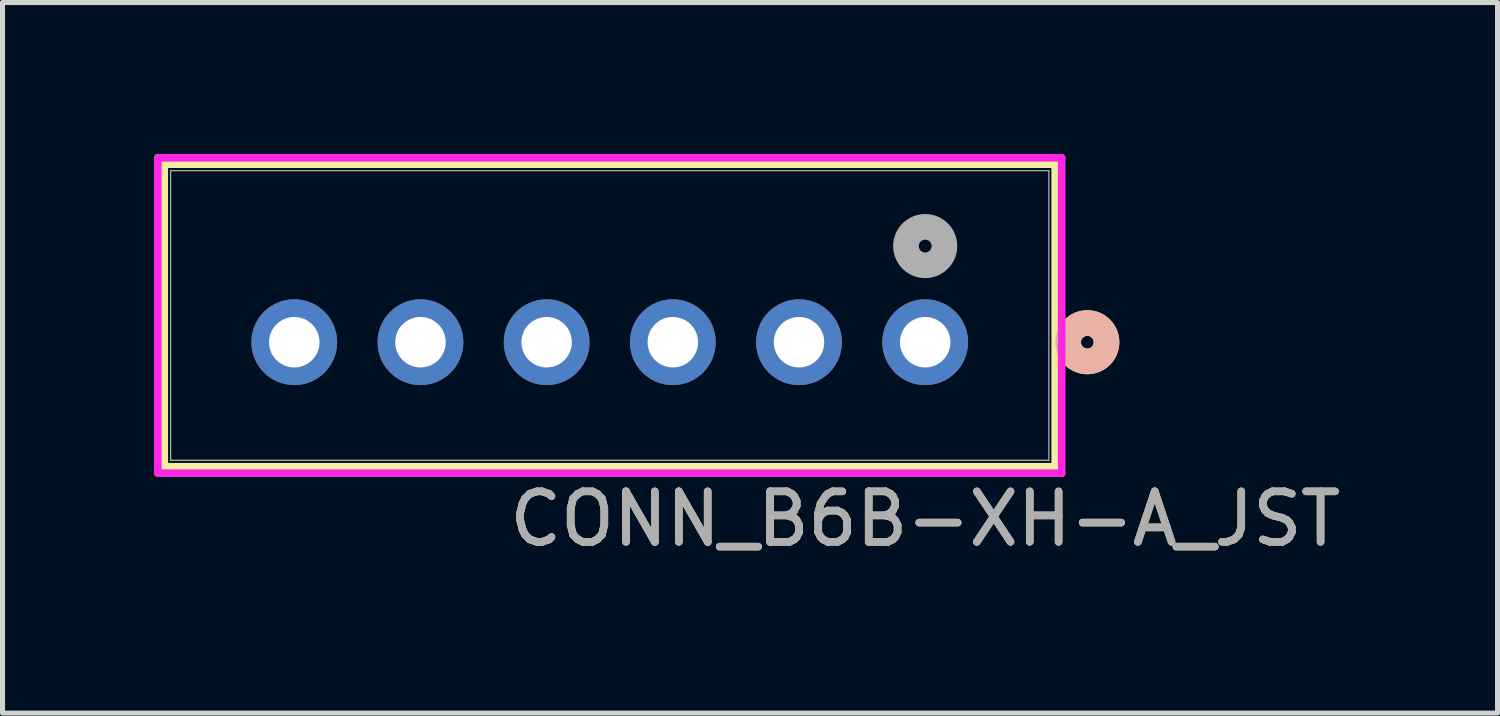
<source format=kicad_pcb>
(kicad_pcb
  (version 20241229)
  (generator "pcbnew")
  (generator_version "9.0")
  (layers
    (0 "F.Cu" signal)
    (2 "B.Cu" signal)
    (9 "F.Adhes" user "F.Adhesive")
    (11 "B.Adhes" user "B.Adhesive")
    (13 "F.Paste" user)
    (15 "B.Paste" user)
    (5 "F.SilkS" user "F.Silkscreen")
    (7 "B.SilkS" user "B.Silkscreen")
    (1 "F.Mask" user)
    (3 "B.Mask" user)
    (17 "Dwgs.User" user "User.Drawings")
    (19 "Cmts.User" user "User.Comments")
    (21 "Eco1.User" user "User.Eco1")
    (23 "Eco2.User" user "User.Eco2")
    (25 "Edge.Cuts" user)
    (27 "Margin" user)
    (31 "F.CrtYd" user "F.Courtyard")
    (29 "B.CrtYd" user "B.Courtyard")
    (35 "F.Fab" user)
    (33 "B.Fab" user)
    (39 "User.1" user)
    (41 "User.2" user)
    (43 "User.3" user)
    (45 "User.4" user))
  (footprint "CONN_B6B-XH-A_JST"
    (layer "F.Cu")
    (at 15.28 3.73)
    (property "Reference" "CONN_B6B-XH-A_JST" (at 0 3.5 0) (unlocked yes) (layer "F.SilkS") (effects (font (size 1 1) (thickness 0.15))))
    (attr through_hole)
    (fp_line (start -15.076 -3.527) (end -15.076 2.467) (stroke (width 0.152) (type solid)) (layer "F.SilkS"))
    (fp_line (start -15.076 2.467) (end 2.576 2.467) (stroke (width 0.152) (type solid)) (layer "F.SilkS"))
    (fp_line (start 2.576 -3.527) (end -15.076 -3.527) (stroke (width 0.152) (type solid)) (layer "F.SilkS"))
    (fp_line (start 2.576 2.467) (end 2.576 -3.527) (stroke (width 0.152) (type solid)) (layer "F.SilkS"))
    (fp_circle (center 3.212 0) (end 3.592 0) (stroke (width 0.508) (type solid)) (fill no) (layer "F.SilkS"))
    (fp_circle (center 3.212 0) (end 3.592 0) (stroke (width 0.508) (type solid)) (fill no) (layer "B.SilkS"))
    (fp_line (start -15.204 -3.654) (end -15.204 2.594) (stroke (width 0.152) (type solid)) (layer "F.CrtYd"))
    (fp_line (start -15.204 2.594) (end 2.704 2.594) (stroke (width 0.152) (type solid)) (layer "F.CrtYd"))
    (fp_line (start 2.704 -3.654) (end -15.204 -3.654) (stroke (width 0.152) (type solid)) (layer "F.CrtYd"))
    (fp_line (start 2.704 2.594) (end 2.704 -3.654) (stroke (width 0.152) (type solid)) (layer "F.CrtYd"))
    (fp_line (start -14.95 -3.4) (end -14.95 2.34) (stroke (width 0.025) (type solid)) (layer "F.Fab"))
    (fp_line (start -14.95 2.34) (end 2.45 2.34) (stroke (width 0.025) (type solid)) (layer "F.Fab"))
    (fp_line (start 2.45 -3.4) (end -14.95 -3.4) (stroke (width 0.025) (type solid)) (layer "F.Fab"))
    (fp_line (start 2.45 2.34) (end 2.45 -3.4) (stroke (width 0.025) (type solid)) (layer "F.Fab"))
    (fp_circle (center 0 -1.905) (end 0.381 -1.905) (stroke (width 0.508) (type solid)) (fill no) (layer "F.Fab"))
    (fp_text user "${REFERENCE}" (at 0 3.5 0) (unlocked yes) (layer "F.Fab") (effects (font (size 1 1) (thickness 0.15))))
    (pad "1" thru_hole circle (at 0 0) (size 1.7 1.7) (drill 1) (layers "*.Cu" "*.Mask"))
    (pad "2" thru_hole circle (at -2.5 0) (size 1.7 1.7) (drill 1) (layers "*.Cu" "*.Mask"))
    (pad "3" thru_hole circle (at -5 0) (size 1.7 1.7) (drill 1) (layers "*.Cu" "*.Mask"))
    (pad "4" thru_hole circle (at -7.5 0) (size 1.7 1.7) (drill 1) (layers "*.Cu" "*.Mask"))
    (pad "5" thru_hole circle (at -10 0) (size 1.7 1.7) (drill 1) (layers "*.Cu" "*.Mask"))
    (pad "6" thru_hole circle (at -12.5 0) (size 1.7 1.7) (drill 1) (layers "*.Cu" "*.Mask")))
  (gr_rect
    (start -3 -3)
    (end 26.619 11.078)
    (stroke (width 0.1) (type default))
    (fill no)
    (layer "Edge.Cuts")))
</source>
